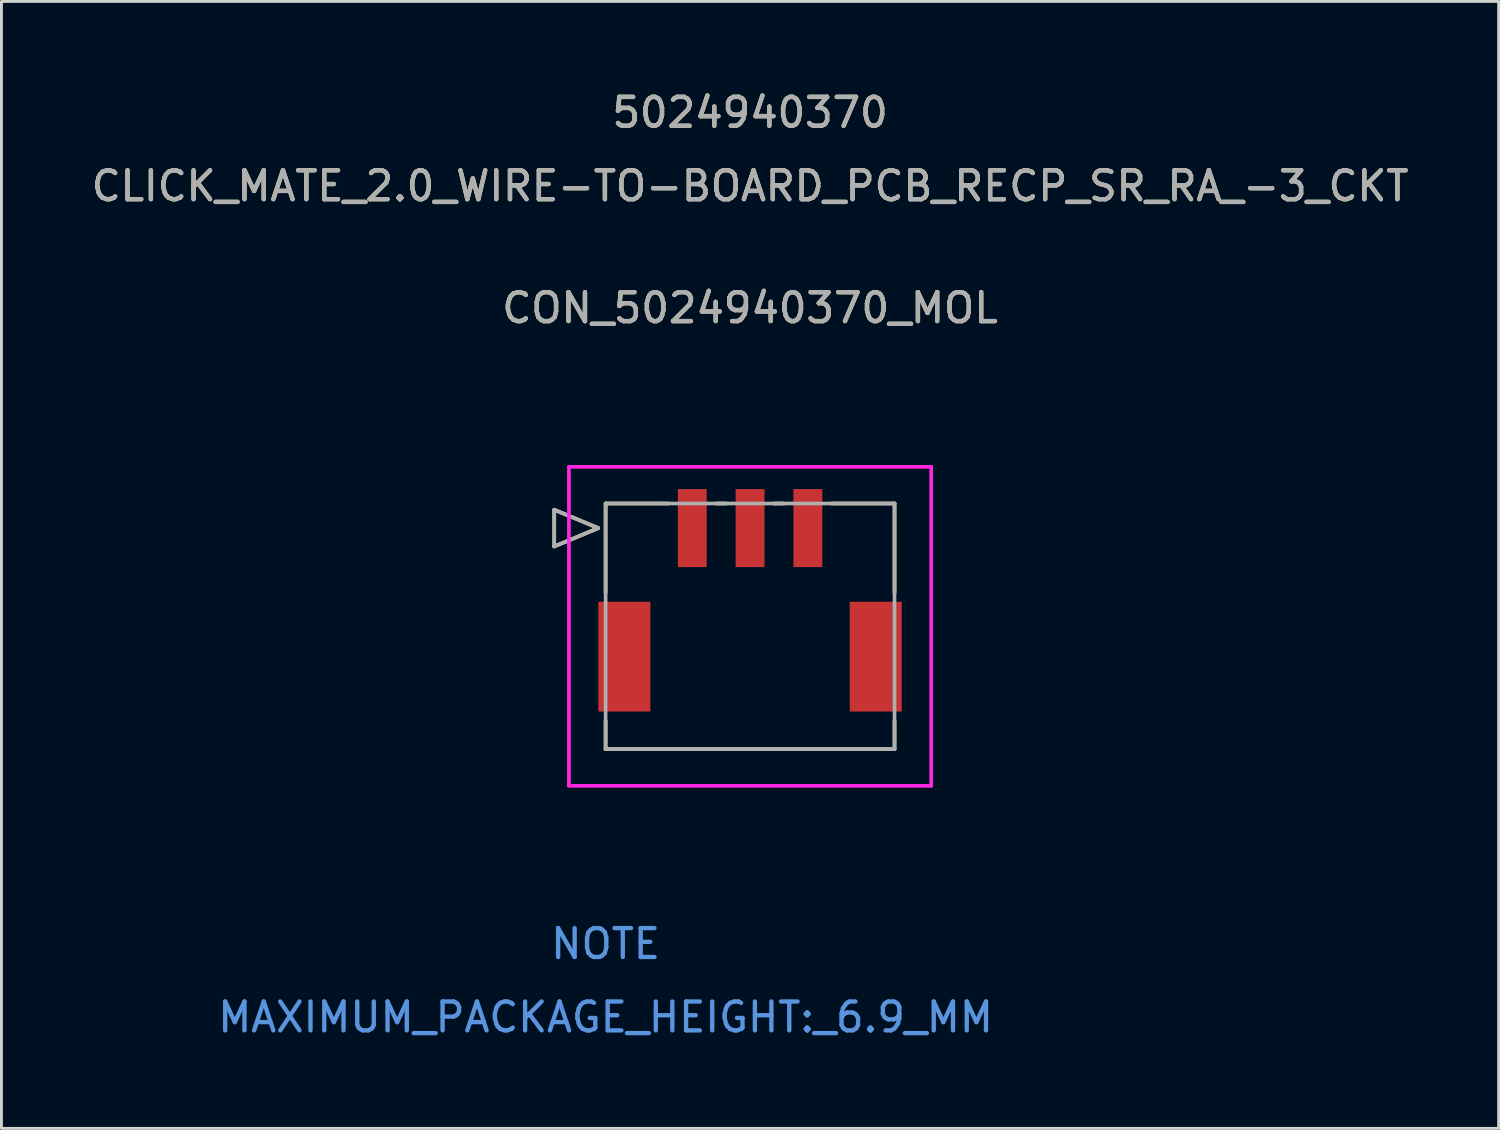
<source format=kicad_pcb>
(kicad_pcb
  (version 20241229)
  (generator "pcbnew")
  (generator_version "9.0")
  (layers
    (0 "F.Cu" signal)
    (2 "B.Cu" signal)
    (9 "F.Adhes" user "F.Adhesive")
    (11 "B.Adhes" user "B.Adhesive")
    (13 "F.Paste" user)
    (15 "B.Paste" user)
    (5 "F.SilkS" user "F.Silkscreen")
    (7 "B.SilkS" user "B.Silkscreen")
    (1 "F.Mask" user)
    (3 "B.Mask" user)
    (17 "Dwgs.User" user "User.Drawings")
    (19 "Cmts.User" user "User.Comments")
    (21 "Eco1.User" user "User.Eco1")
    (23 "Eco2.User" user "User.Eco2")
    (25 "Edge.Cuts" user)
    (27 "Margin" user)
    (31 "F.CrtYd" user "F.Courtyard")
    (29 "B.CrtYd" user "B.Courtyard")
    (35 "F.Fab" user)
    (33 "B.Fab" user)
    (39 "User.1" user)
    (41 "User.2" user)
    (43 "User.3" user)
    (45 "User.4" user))
  (footprint "CON_5024940370_MOL"
    (layer "F.Cu")
    (at 20.911 15.228)
    (property "Reference" "CON_5024940370_MOL" (at 2 -7.62 0) (unlocked yes) (layer "F.SilkS") (effects (font (size 1 1) (thickness 0.15))))
    (attr smd)
    (fp_line (start -4.778 -0.635) (end -4.778 0.635) (stroke (width 0.127) (type solid)) (layer "F.SilkS"))
    (fp_line (start -4.778 0.635) (end -3.254 0) (stroke (width 0.127) (type solid)) (layer "F.SilkS"))
    (fp_line (start -3.254 0) (end -4.778 -0.635) (stroke (width 0.127) (type solid)) (layer "F.SilkS"))
    (fp_line (start -3 -0.85) (end -3 2.23) (stroke (width 0.127) (type solid)) (layer "F.SilkS"))
    (fp_line (start -3 6.67) (end -3 7.65) (stroke (width 0.127) (type solid)) (layer "F.SilkS"))
    (fp_line (start -3 7.65) (end 7 7.65) (stroke (width 0.127) (type solid)) (layer "F.SilkS"))
    (fp_line (start -0.82 -0.85) (end -3 -0.85) (stroke (width 0.127) (type solid)) (layer "F.SilkS"))
    (fp_line (start 1.18 -0.85) (end 0.82 -0.85) (stroke (width 0.127) (type solid)) (layer "F.SilkS"))
    (fp_line (start 3.18 -0.85) (end 2.82 -0.85) (stroke (width 0.127) (type solid)) (layer "F.SilkS"))
    (fp_line (start 7 -0.85) (end 4.82 -0.85) (stroke (width 0.127) (type solid)) (layer "F.SilkS"))
    (fp_line (start 7 2.23) (end 7 -0.85) (stroke (width 0.127) (type solid)) (layer "F.SilkS"))
    (fp_line (start 7 7.65) (end 7 6.67) (stroke (width 0.127) (type solid)) (layer "F.SilkS"))
    (fp_line (start -4.27 -2.12) (end -4.27 8.92) (stroke (width 0.127) (type solid)) (layer "F.CrtYd"))
    (fp_line (start -4.27 8.92) (end 8.27 8.92) (stroke (width 0.127) (type solid)) (layer "F.CrtYd"))
    (fp_line (start 8.27 -2.12) (end -4.27 -2.12) (stroke (width 0.127) (type solid)) (layer "F.CrtYd"))
    (fp_line (start 8.27 8.92) (end 8.27 -2.12) (stroke (width 0.127) (type solid)) (layer "F.CrtYd"))
    (fp_line (start -4.778 -0.635) (end -4.778 0.635) (stroke (width 0.127) (type solid)) (layer "F.Fab"))
    (fp_line (start -4.778 0.635) (end -3.254 0) (stroke (width 0.127) (type solid)) (layer "F.Fab"))
    (fp_line (start -3.254 0) (end -4.778 -0.635) (stroke (width 0.127) (type solid)) (layer "F.Fab"))
    (fp_line (start -3 -0.85) (end -3 7.65) (stroke (width 0.127) (type solid)) (layer "F.Fab"))
    (fp_line (start -3 7.65) (end 7 7.65) (stroke (width 0.127) (type solid)) (layer "F.Fab"))
    (fp_line (start 7 -0.85) (end -3 -0.85) (stroke (width 0.127) (type solid)) (layer "F.Fab"))
    (fp_line (start 7 7.65) (end 7 -0.85) (stroke (width 0.127) (type solid)) (layer "F.Fab"))
    (fp_text user "CLICK_MATE_2.0_WIRE-TO-BOARD_PCB_RECP_SR_RA_-3_CKT" (at 2 -11.84 0) (unlocked yes) (layer "F.SilkS") (effects (font (size 1 1) (thickness 0.15))))
    (fp_text user "5024940370" (at 2 -14.38 0) (unlocked yes) (layer "F.SilkS") (effects (font (size 1 1) (thickness 0.15))))
    (fp_text user "MAXIMUM_PACKAGE_HEIGHT:_6.9_MM" (at -3 16.93 0) (unlocked yes) (layer "Cmts.User") (effects (font (size 1 1) (thickness 0.15))))
    (fp_text user "NOTE" (at -3 14.39 0) (unlocked yes) (layer "Cmts.User") (effects (font (size 1 1) (thickness 0.15))))
    (fp_text user "${REFERENCE}" (at 2 -7.62 0) (unlocked yes) (layer "F.Fab") (effects (font (size 1 1) (thickness 0.15))))
    (fp_text user "5024940370" (at 2 -14.38 0) (unlocked yes) (layer "F.Fab") (effects (font (size 1 1) (thickness 0.15))))
    (fp_text user "CLICK_MATE_2.0_WIRE-TO-BOARD_PCB_RECP_SR_RA_-3_CKT" (at 2 -11.84 0) (unlocked yes) (layer "F.Fab") (effects (font (size 1 1) (thickness 0.15))))
    (pad "1" smd rect (at 0 0) (size 1 2.7) (layers "F.Cu" "F.Mask" "F.Paste"))
    (pad "2" smd rect (at 2 0) (size 1 2.7) (layers "F.Cu" "F.Mask" "F.Paste"))
    (pad "3" smd rect (at 4 0) (size 1 2.7) (layers "F.Cu" "F.Mask" "F.Paste"))
    (pad "4" smd rect (at -2.35 4.45) (size 1.8 3.8) (layers "F.Cu" "F.Mask" "F.Paste"))
    (pad "5" smd rect (at 6.35 4.45) (size 1.8 3.8) (layers "F.Cu" "F.Mask" "F.Paste")))
  (gr_rect
    (start -3 -3)
    (end 48.821 36.006)
    (stroke (width 0.1) (type default))
    (fill no)
    (layer "Edge.Cuts")))
</source>
